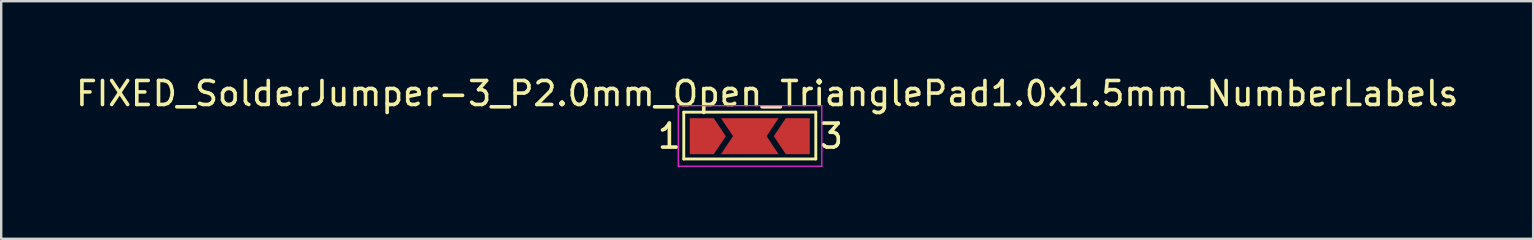
<source format=kicad_pcb>
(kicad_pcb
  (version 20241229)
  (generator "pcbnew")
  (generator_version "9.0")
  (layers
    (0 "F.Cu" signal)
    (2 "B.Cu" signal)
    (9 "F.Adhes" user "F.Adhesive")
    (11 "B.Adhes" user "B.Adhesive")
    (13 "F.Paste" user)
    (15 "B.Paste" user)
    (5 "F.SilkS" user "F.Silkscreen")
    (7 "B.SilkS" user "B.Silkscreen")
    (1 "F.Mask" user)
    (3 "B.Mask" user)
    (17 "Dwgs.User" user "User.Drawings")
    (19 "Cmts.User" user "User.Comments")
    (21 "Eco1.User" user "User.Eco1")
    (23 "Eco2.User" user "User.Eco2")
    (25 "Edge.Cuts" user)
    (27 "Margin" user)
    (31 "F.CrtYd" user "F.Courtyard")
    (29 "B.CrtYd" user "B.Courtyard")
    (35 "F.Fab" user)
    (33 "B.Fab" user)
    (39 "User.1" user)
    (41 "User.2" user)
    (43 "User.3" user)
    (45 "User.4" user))
  (footprint "FIXED_SolderJumper-3_P2.0mm_Open_TrianglePad1.0x1.5mm_NumberLabels"
    (layer "F.Cu")
    (at 28.186 2.623)
    (property "Reference" "FIXED_SolderJumper-3_P2.0mm_Open_TrianglePad1.0x1.5mm_NumberLabels" (at 0.725 -1.775 0) (layer "F.SilkS") (effects (font (size 1 1) (thickness 0.15))))
    (attr exclude_from_pos_files exclude_from_bom)
    (fp_line (start -2.75 -1) (end 2.75 -1) (stroke (width 0.12) (type solid)) (layer "F.SilkS"))
    (fp_line (start -2.75 0.95) (end -2.75 -1) (stroke (width 0.12) (type solid)) (layer "F.SilkS"))
    (fp_line (start 2.75 -1) (end 2.75 0.95) (stroke (width 0.12) (type solid)) (layer "F.SilkS"))
    (fp_line (start 2.75 0.95) (end -2.75 0.95) (stroke (width 0.12) (type solid)) (layer "F.SilkS"))
    (fp_line (start -2.98 -1.27) (end -2.98 1.25) (stroke (width 0.05) (type solid)) (layer "F.CrtYd"))
    (fp_line (start -2.98 -1.27) (end 3 -1.27) (stroke (width 0.05) (type solid)) (layer "F.CrtYd"))
    (fp_line (start 3 1.25) (end -2.98 1.25) (stroke (width 0.05) (type solid)) (layer "F.CrtYd"))
    (fp_line (start 3 1.25) (end 3 -1.27) (stroke (width 0.05) (type solid)) (layer "F.CrtYd"))
    (fp_text user "1" (at -3.35 0 0) (layer "F.SilkS") (effects (font (size 1 1) (thickness 0.15))))
    (fp_text user "3" (at 3.4 0 0) (layer "F.SilkS") (effects (font (size 1 1) (thickness 0.15))))
    (pad "1" smd custom (at -2 0) (size 0.3 0.3) (layers "F.Cu" "F.Mask") (options (anchor rect)) (primitives (gr_poly (pts (xy 1 0) (xy 0.5 0.75) (xy -0.5 0.75) (xy -0.5 -0.75) (xy 0.5 -0.75)) (width 0) (fill yes))))
    (pad "2" smd custom (at 0 0) (size 0.3 0.3) (layers "F.Cu" "F.Mask") (options (anchor rect)) (primitives (gr_poly (pts (xy 0.7 0) (xy 1.2 0.75) (xy -1.2 0.75) (xy -0.7 0) (xy -1.2 -0.75) (xy 1.2 -0.75)) (width 0) (fill yes))))
    (pad "3" smd custom (at 2 0 180) (size 0.3 0.3) (layers "F.Cu" "F.Mask") (options (anchor rect)) (primitives (gr_poly (pts (xy 1 0) (xy 0.5 0.75) (xy -0.5 0.75) (xy -0.5 -0.75) (xy 0.5 -0.75)) (width 0) (fill yes)))))
  (gr_rect
    (start -3 -3)
    (end 60.821 6.898)
    (stroke (width 0.1) (type default))
    (fill no)
    (layer "Edge.Cuts")))
</source>
